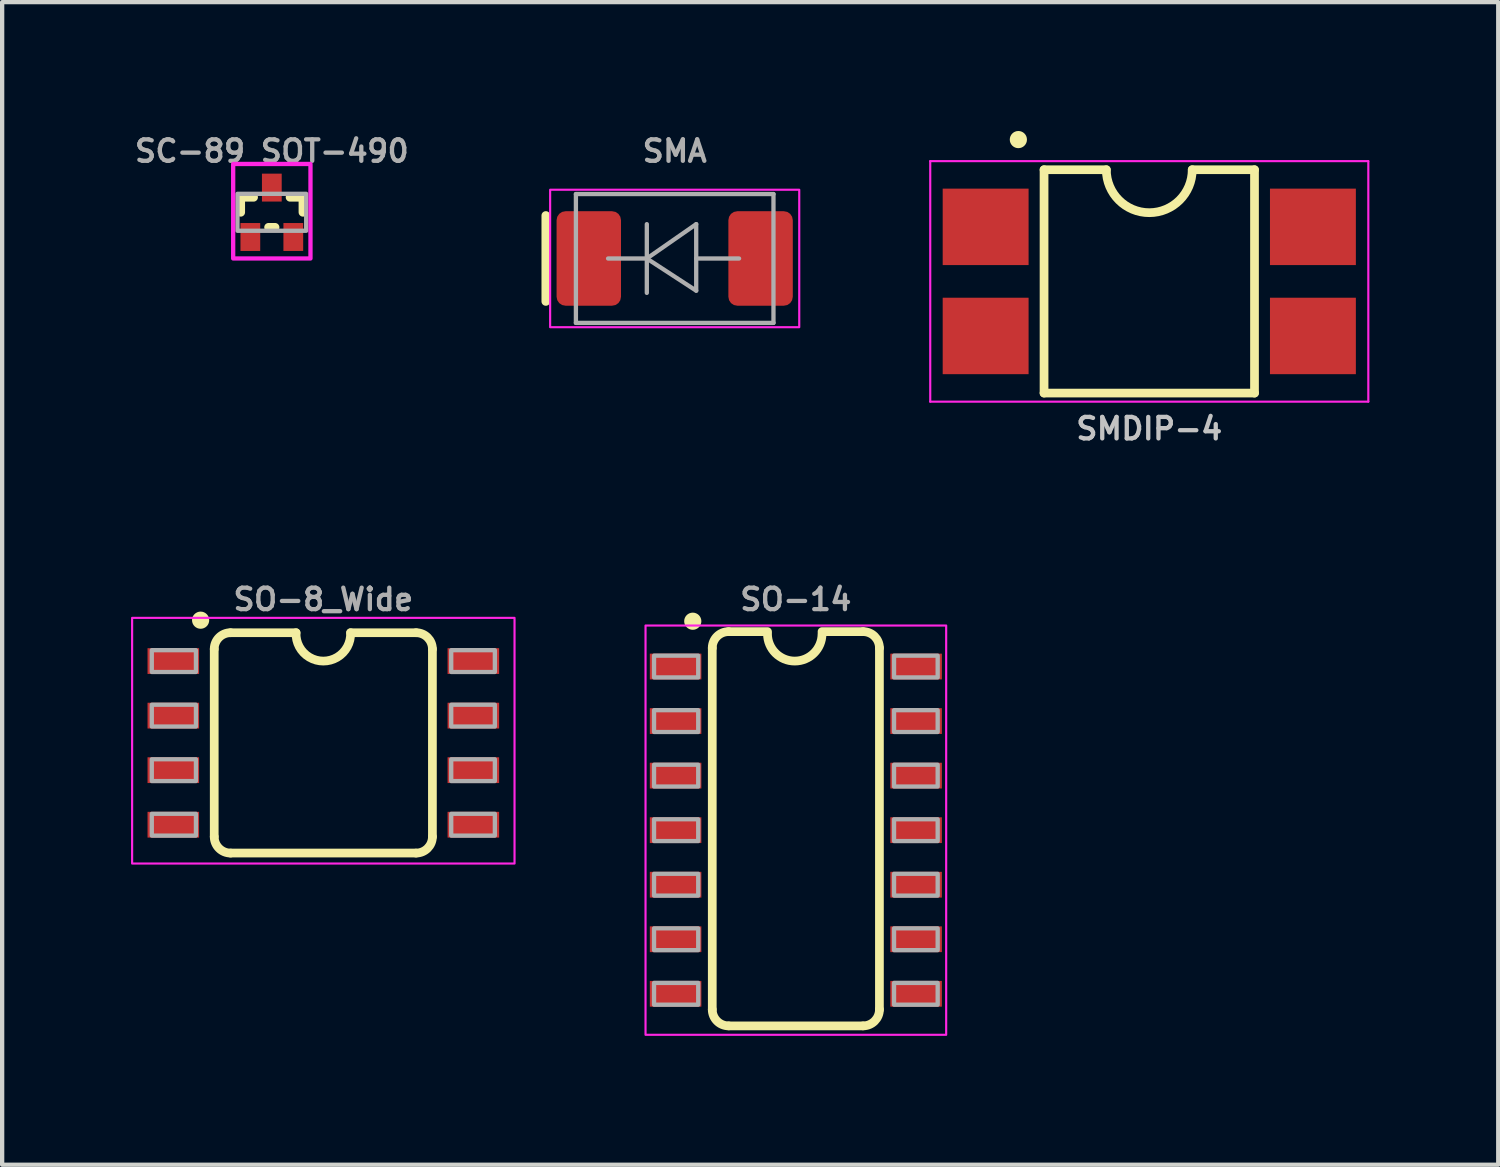
<source format=kicad_pcb>
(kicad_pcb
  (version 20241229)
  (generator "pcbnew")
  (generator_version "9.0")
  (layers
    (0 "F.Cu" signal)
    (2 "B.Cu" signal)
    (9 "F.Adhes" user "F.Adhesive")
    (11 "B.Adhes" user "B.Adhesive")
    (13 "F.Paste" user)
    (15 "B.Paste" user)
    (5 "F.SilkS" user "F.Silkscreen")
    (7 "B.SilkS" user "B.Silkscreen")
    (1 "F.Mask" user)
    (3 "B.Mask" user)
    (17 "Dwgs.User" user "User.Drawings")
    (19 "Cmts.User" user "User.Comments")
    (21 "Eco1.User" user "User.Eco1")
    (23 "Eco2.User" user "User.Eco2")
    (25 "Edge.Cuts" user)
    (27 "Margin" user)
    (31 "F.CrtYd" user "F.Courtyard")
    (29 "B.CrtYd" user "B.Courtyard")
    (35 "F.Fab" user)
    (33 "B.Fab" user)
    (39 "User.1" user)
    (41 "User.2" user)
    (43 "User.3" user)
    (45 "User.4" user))
  (footprint "SO-8_Wide"
    (layer "F.Cu")
    (at 4.478 14.247)
    (property "Reference" "SO-8_Wide" (at 0 -3.048 0) (layer "F.Fab") (effects (font (size 0.5 0.5) (thickness 0.1)) (justify bottom)))
    (attr smd)
    (fp_line (start -2.54 2.184) (end -2.54 -2.184) (stroke (width 0.203) (type solid)) (layer "F.SilkS"))
    (fp_line (start -2.159 2.565) (end 2.159 2.565) (stroke (width 0.203) (type solid)) (layer "F.SilkS"))
    (fp_line (start -2.159 -2.565) (end -0.635 -2.565) (stroke (width 0.203) (type solid)) (layer "F.SilkS"))
    (fp_line (start 2.159 -2.565) (end 0.635 -2.565) (stroke (width 0.203) (type solid)) (layer "F.SilkS"))
    (fp_line (start 2.54 2.184) (end 2.54 -2.184) (stroke (width 0.203) (type solid)) (layer "F.SilkS"))
    (fp_arc (start -2.54 -2.1844) (mid -2.428436 -2.453838) (end -2.158998 -2.5654) (stroke (width 0.2032) (type solid)) (layer "F.SilkS"))
    (fp_arc (start -2.159 2.565402) (mid -2.428438 2.453838) (end -2.54 2.1844) (stroke (width 0.2032) (type solid)) (layer "F.SilkS"))
    (fp_arc (start 0.634999 -2.5654) (mid 0 -1.904493) (end -0.634999 -2.5654) (stroke (width 0.2032) (type solid)) (layer "F.SilkS"))
    (fp_arc (start 2.159 -2.565377) (mid 2.428422 -2.453816) (end 2.54 -2.1844) (stroke (width 0.2032) (type solid)) (layer "F.SilkS"))
    (fp_arc (start 2.54 2.1844) (mid 2.428436 2.453838) (end 2.158998 2.5654) (stroke (width 0.2032) (type solid)) (layer "F.SilkS"))
    (fp_circle (center -2.857 -2.857) (end -2.857 -2.757) (stroke (width 0.2) (type solid)) (fill yes) (layer "F.SilkS"))
    (fp_rect (start 4.452 -2.911) (end -4.452 2.809) (stroke (width 0.05) (type default)) (fill no) (layer "F.CrtYd"))
    (fp_poly (pts (xy -3.994 -2.159) (xy -3.994 -1.651) (xy -2.966 -1.651) (xy -2.966 -2.159)) (stroke (width 0.1) (type default)) (fill no) (layer "F.Fab"))
    (fp_poly (pts (xy -3.994 -0.889) (xy -3.994 -0.381) (xy -2.966 -0.381) (xy -2.966 -0.889)) (stroke (width 0.1) (type default)) (fill no) (layer "F.Fab"))
    (fp_poly (pts (xy -3.994 0.381) (xy -3.994 0.889) (xy -2.966 0.889) (xy -2.966 0.381)) (stroke (width 0.1) (type default)) (fill no) (layer "F.Fab"))
    (fp_poly (pts (xy -3.994 1.651) (xy -3.994 2.159) (xy -2.966 2.159) (xy -2.966 1.651)) (stroke (width 0.1) (type default)) (fill no) (layer "F.Fab"))
    (fp_poly (pts (xy 2.978 -2.159) (xy 2.978 -1.651) (xy 3.994 -1.651) (xy 3.994 -2.159)) (stroke (width 0.1) (type default)) (fill no) (layer "F.Fab"))
    (fp_poly (pts (xy 2.978 -0.889) (xy 2.978 -0.381) (xy 3.994 -0.381) (xy 3.994 -0.889)) (stroke (width 0.1) (type default)) (fill no) (layer "F.Fab"))
    (fp_poly (pts (xy 2.978 0.381) (xy 2.978 0.889) (xy 3.994 0.889) (xy 3.994 0.381)) (stroke (width 0.1) (type default)) (fill no) (layer "F.Fab"))
    (fp_poly (pts (xy 2.978 1.651) (xy 2.978 2.159) (xy 3.994 2.159) (xy 3.994 1.651)) (stroke (width 0.1) (type default)) (fill no) (layer "F.Fab"))
    (pad "1" smd rect (at -3.493 -1.905 270) (size 0.6 1.2) (layers "F.Cu" "F.Mask" "F.Paste"))
    (pad "2" smd rect (at -3.493 -0.635 270) (size 0.6 1.2) (layers "F.Cu" "F.Mask" "F.Paste"))
    (pad "3" smd rect (at -3.493 0.635 270) (size 0.6 1.2) (layers "F.Cu" "F.Mask" "F.Paste"))
    (pad "4" smd rect (at -3.493 1.905 270) (size 0.6 1.2) (layers "F.Cu" "F.Mask" "F.Paste"))
    (pad "5" smd rect (at 3.493 1.905 270) (size 0.6 1.2) (layers "F.Cu" "F.Mask" "F.Paste"))
    (pad "6" smd rect (at 3.493 0.635 270) (size 0.6 1.2) (layers "F.Cu" "F.Mask" "F.Paste"))
    (pad "7" smd rect (at 3.493 -0.635 270) (size 0.6 1.2) (layers "F.Cu" "F.Mask" "F.Paste"))
    (pad "8" smd rect (at 3.493 -1.905 270) (size 0.6 1.2) (layers "F.Cu" "F.Mask" "F.Paste")))
  (footprint "SC-89 SOT-490"
    (layer "F.Cu")
    (at 3.279 1.368)
    (property "Reference" "SC-89 SOT-490" (at 0 -0.9 0) (layer "F.Fab") (effects (font (size 0.5 0.5) (thickness 0.1))))
    (attr smd)
    (fp_line (start -0.725 0.175) (end -0.425 0.175) (stroke (width 0.203) (type solid)) (layer "F.SilkS"))
    (fp_line (start -0.725 0.525) (end -0.725 0.175) (stroke (width 0.203) (type solid)) (layer "F.SilkS"))
    (fp_line (start -0.075 0.875) (end 0.075 0.875) (stroke (width 0.203) (type solid)) (layer "F.SilkS"))
    (fp_line (start 0.425 0.175) (end 0.725 0.175) (stroke (width 0.203) (type solid)) (layer "F.SilkS"))
    (fp_line (start 0.725 0.175) (end 0.725 0.525) (stroke (width 0.203) (type solid)) (layer "F.SilkS"))
    (fp_rect (start -0.9 -0.6) (end 0.9 1.6) (stroke (width 0.1) (type default)) (fill no) (layer "F.CrtYd"))
    (fp_poly (pts (xy -0.8 0.955) (xy 0.8 0.955) (xy 0.8 0.095) (xy -0.8 0.095)) (stroke (width 0.1) (type default)) (fill no) (layer "F.Fab"))
    (pad "1" smd rect (at -0.5 1.1) (size 0.46 0.65) (layers "F.Cu" "F.Mask" "F.Paste"))
    (pad "2" smd rect (at 0.5 1.1) (size 0.46 0.65) (layers "F.Cu" "F.Mask" "F.Paste"))
    (pad "3" smd rect (at 0 -0.05) (size 0.46 0.65) (layers "F.Cu" "F.Mask" "F.Paste")))
  (footprint "SMDIP-4"
    (layer "F.Cu")
    (at 23.709 3.502)
    (property "Reference" "SMDIP-4" (at 0 3.429 0) (layer "Dwgs.User") (effects (font (size 0.5 0.5) (thickness 0.1) (bold yes))))
    (attr smd)
    (fp_line (start -2.45 -2.6) (end -2.45 2.6) (stroke (width 0.203) (type solid)) (layer "F.SilkS"))
    (fp_line (start -2.45 2.6) (end 2.45 2.6) (stroke (width 0.203) (type solid)) (layer "F.SilkS"))
    (fp_line (start -1 -2.6) (end -2.45 -2.6) (stroke (width 0.203) (type solid)) (layer "F.SilkS"))
    (fp_line (start 2.45 -2.6) (end 1 -2.6) (stroke (width 0.203) (type solid)) (layer "F.SilkS"))
    (fp_line (start 2.45 2.6) (end 2.45 -2.6) (stroke (width 0.203) (type solid)) (layer "F.SilkS"))
    (fp_arc (start 1 -2.6) (mid 0 -1.6) (end -1 -2.6) (stroke (width 0.2032) (type solid)) (layer "F.SilkS"))
    (fp_circle (center -3.048 -3.302) (end -3.048 -3.202) (stroke (width 0.2) (type solid)) (fill yes) (layer "F.SilkS"))
    (fp_line (start -5.1 -2.8) (end -5.1 2.8) (stroke (width 0.05) (type solid)) (layer "F.CrtYd"))
    (fp_line (start -5.1 2.8) (end 5.1 2.8) (stroke (width 0.05) (type solid)) (layer "F.CrtYd"))
    (fp_line (start 5.1 -2.8) (end -5.1 -2.8) (stroke (width 0.05) (type solid)) (layer "F.CrtYd"))
    (fp_line (start 5.1 2.8) (end 5.1 -2.8) (stroke (width 0.05) (type solid)) (layer "F.CrtYd"))
    (pad "1" smd rect (at -3.81 -1.27) (size 2 1.78) (layers "F.Cu" "F.Mask" "F.Paste"))
    (pad "2" smd rect (at -3.81 1.27) (size 2 1.78) (layers "F.Cu" "F.Mask" "F.Paste"))
    (pad "3" smd rect (at 3.81 1.27) (size 2 1.78) (layers "F.Cu" "F.Mask" "F.Paste"))
    (pad "4" smd rect (at 3.81 -1.27) (size 2 1.78) (layers "F.Cu" "F.Mask" "F.Paste")))
  (footprint "SMA"
    (layer "F.Cu")
    (at 12.659 2.968)
    (property "Reference" "SMA" (at 0 -2.5 0) (layer "F.Fab") (effects (font (size 0.5 0.5) (thickness 0.1))))
    (attr smd)
    (fp_line (start -3 -1) (end -3 1) (stroke (width 0.203) (type solid)) (layer "F.SilkS"))
    (fp_rect (start -2.9 -1.6) (end 2.9 1.6) (stroke (width 0.05) (type default)) (fill no) (layer "F.CrtYd"))
    (fp_line (start -2.3 1.5) (end -2.3 -1.5) (stroke (width 0.1) (type solid)) (layer "F.Fab"))
    (fp_line (start -0.649 -0.799) (end -0.649 0.801) (stroke (width 0.1) (type solid)) (layer "F.Fab"))
    (fp_line (start -0.649 0.001) (end -1.551 0.001) (stroke (width 0.1) (type solid)) (layer "F.Fab"))
    (fp_line (start -0.649 0.001) (end 0.501 -0.799) (stroke (width 0.1) (type solid)) (layer "F.Fab"))
    (fp_line (start -0.649 0.001) (end 0.501 0.75) (stroke (width 0.1) (type solid)) (layer "F.Fab"))
    (fp_line (start 0.501 0.001) (end 1.499 0.001) (stroke (width 0.1) (type solid)) (layer "F.Fab"))
    (fp_line (start 0.501 0.75) (end 0.501 -0.799) (stroke (width 0.1) (type solid)) (layer "F.Fab"))
    (fp_line (start 2.3 -1.5) (end -2.3 -1.5) (stroke (width 0.1) (type solid)) (layer "F.Fab"))
    (fp_line (start 2.3 -1.5) (end 2.3 1.5) (stroke (width 0.1) (type solid)) (layer "F.Fab"))
    (fp_line (start 2.3 1.5) (end -2.3 1.5) (stroke (width 0.1) (type solid)) (layer "F.Fab"))
    (pad "1" smd roundrect (at -2 0) (size 1.5 2.2) (layers "F.Cu" "F.Mask" "F.Paste") (roundrect_rratio 0.139))
    (pad "2" smd roundrect (at 2 0) (size 1.5 2.2) (layers "F.Cu" "F.Mask" "F.Paste") (roundrect_rratio 0.139)))
  (footprint "SO-14"
    (layer "F.Cu")
    (at 15.48 16.279)
    (property "Reference" "SO-14" (at 0 -5.08 0) (layer "F.Fab") (effects (font (size 0.5 0.5) (thickness 0.1)) (justify bottom)))
    (attr smd)
    (fp_line (start -1.946 4.176) (end -1.946 -4.242) (stroke (width 0.203) (type solid)) (layer "F.SilkS"))
    (fp_line (start -1.565 4.557) (end 1.565 4.557) (stroke (width 0.203) (type solid)) (layer "F.SilkS"))
    (fp_line (start -1.565 -4.623) (end -0.66 -4.623) (stroke (width 0.203) (type solid)) (layer "F.SilkS"))
    (fp_line (start 1.565 -4.623) (end 0.61 -4.623) (stroke (width 0.203) (type solid)) (layer "F.SilkS"))
    (fp_line (start 1.946 4.176) (end 1.946 -4.242) (stroke (width 0.203) (type solid)) (layer "F.SilkS"))
    (fp_arc (start -1.9463 -4.2418) (mid -1.834736 -4.511238) (end -1.565298 -4.6228) (stroke (width 0.2032) (type solid)) (layer "F.SilkS"))
    (fp_arc (start -1.5653 4.556564) (mid -1.834738 4.445) (end -1.9463 4.175562) (stroke (width 0.2032) (type solid)) (layer "F.SilkS"))
    (fp_arc (start 0.6096 -4.572) (mid -0.0254 -3.937) (end -0.6604 -4.572) (stroke (width 0.2032) (type solid)) (layer "F.SilkS"))
    (fp_arc (start 1.5653 -4.622777) (mid 1.834721 -4.511221) (end 1.9463 -4.2418) (stroke (width 0.2032) (type solid)) (layer "F.SilkS"))
    (fp_arc (start 1.9463 4.175562) (mid 1.834736 4.445) (end 1.565298 4.556562) (stroke (width 0.2032) (type solid)) (layer "F.SilkS"))
    (fp_circle (center -2.4 -4.865) (end -2.4 -4.765) (stroke (width 0.2) (type solid)) (fill yes) (layer "F.SilkS"))
    (fp_rect (start 3.5 -4.765) (end -3.5 4.765) (stroke (width 0.05) (type default)) (fill no) (layer "F.CrtYd"))
    (fp_poly (pts (xy -3.302 -4.064) (xy -3.302 -3.556) (xy -2.273 -3.556) (xy -2.273 -4.064)) (stroke (width 0.1) (type default)) (fill no) (layer "F.Fab"))
    (fp_poly (pts (xy -3.302 -2.794) (xy -3.302 -2.286) (xy -2.273 -2.286) (xy -2.273 -2.794)) (stroke (width 0.1) (type default)) (fill no) (layer "F.Fab"))
    (fp_poly (pts (xy -3.302 -1.524) (xy -3.302 -1.016) (xy -2.273 -1.016) (xy -2.273 -1.524)) (stroke (width 0.1) (type default)) (fill no) (layer "F.Fab"))
    (fp_poly (pts (xy -3.302 -0.254) (xy -3.302 0.254) (xy -2.273 0.254) (xy -2.273 -0.254)) (stroke (width 0.1) (type default)) (fill no) (layer "F.Fab"))
    (fp_poly (pts (xy -3.302 1.016) (xy -3.302 1.524) (xy -2.273 1.524) (xy -2.273 1.016)) (stroke (width 0.1) (type default)) (fill no) (layer "F.Fab"))
    (fp_poly (pts (xy -3.302 2.286) (xy -3.302 2.794) (xy -2.273 2.794) (xy -2.273 2.286)) (stroke (width 0.1) (type default)) (fill no) (layer "F.Fab"))
    (fp_poly (pts (xy -3.302 3.556) (xy -3.302 4.064) (xy -2.273 4.064) (xy -2.273 3.556)) (stroke (width 0.1) (type default)) (fill no) (layer "F.Fab"))
    (fp_poly (pts (xy 2.286 -4.064) (xy 2.286 -3.556) (xy 3.302 -3.556) (xy 3.302 -4.064)) (stroke (width 0.1) (type default)) (fill no) (layer "F.Fab"))
    (fp_poly (pts (xy 2.286 -2.794) (xy 2.286 -2.286) (xy 3.302 -2.286) (xy 3.302 -2.794)) (stroke (width 0.1) (type default)) (fill no) (layer "F.Fab"))
    (fp_poly (pts (xy 2.286 -1.524) (xy 2.286 -1.016) (xy 3.302 -1.016) (xy 3.302 -1.524)) (stroke (width 0.1) (type default)) (fill no) (layer "F.Fab"))
    (fp_poly (pts (xy 2.286 -0.254) (xy 2.286 0.254) (xy 3.302 0.254) (xy 3.302 -0.254)) (stroke (width 0.1) (type default)) (fill no) (layer "F.Fab"))
    (fp_poly (pts (xy 2.286 1.016) (xy 2.286 1.524) (xy 3.302 1.524) (xy 3.302 1.016)) (stroke (width 0.1) (type default)) (fill no) (layer "F.Fab"))
    (fp_poly (pts (xy 2.286 2.286) (xy 2.286 2.794) (xy 3.302 2.794) (xy 3.302 2.286)) (stroke (width 0.1) (type default)) (fill no) (layer "F.Fab"))
    (fp_poly (pts (xy 2.286 3.556) (xy 2.286 4.064) (xy 3.302 4.064) (xy 3.302 3.556)) (stroke (width 0.1) (type default)) (fill no) (layer "F.Fab"))
    (pad "1" smd rect (at -2.8 -3.81 270) (size 0.6 1.2) (layers "F.Cu" "F.Mask" "F.Paste"))
    (pad "2" smd rect (at -2.8 -2.54 270) (size 0.6 1.2) (layers "F.Cu" "F.Mask" "F.Paste"))
    (pad "3" smd rect (at -2.8 -1.27 270) (size 0.6 1.2) (layers "F.Cu" "F.Mask" "F.Paste"))
    (pad "4" smd rect (at -2.8 0 270) (size 0.6 1.2) (layers "F.Cu" "F.Mask" "F.Paste"))
    (pad "5" smd rect (at -2.8 1.27 270) (size 0.6 1.2) (layers "F.Cu" "F.Mask" "F.Paste"))
    (pad "6" smd rect (at -2.8 2.54 270) (size 0.6 1.2) (layers "F.Cu" "F.Mask" "F.Paste"))
    (pad "7" smd rect (at -2.8 3.81 270) (size 0.6 1.2) (layers "F.Cu" "F.Mask" "F.Paste"))
    (pad "8" smd rect (at 2.8 3.81 270) (size 0.6 1.2) (layers "F.Cu" "F.Mask" "F.Paste"))
    (pad "9" smd rect (at 2.8 2.54 270) (size 0.6 1.2) (layers "F.Cu" "F.Mask" "F.Paste"))
    (pad "10" smd rect (at 2.8 1.27 270) (size 0.6 1.2) (layers "F.Cu" "F.Mask" "F.Paste"))
    (pad "11" smd rect (at 2.8 0 270) (size 0.6 1.2) (layers "F.Cu" "F.Mask" "F.Paste"))
    (pad "12" smd rect (at 2.8 -1.27 270) (size 0.6 1.2) (layers "F.Cu" "F.Mask" "F.Paste"))
    (pad "13" smd rect (at 2.8 -2.54 270) (size 0.6 1.2) (layers "F.Cu" "F.Mask" "F.Paste"))
    (pad "14" smd rect (at 2.8 -3.81 270) (size 0.6 1.2) (layers "F.Cu" "F.Mask" "F.Paste")))
  (gr_rect
    (start -3 -3)
    (end 31.834 24.069)
    (stroke (width 0.1) (type default))
    (fill no)
    (layer "Edge.Cuts")))
</source>
